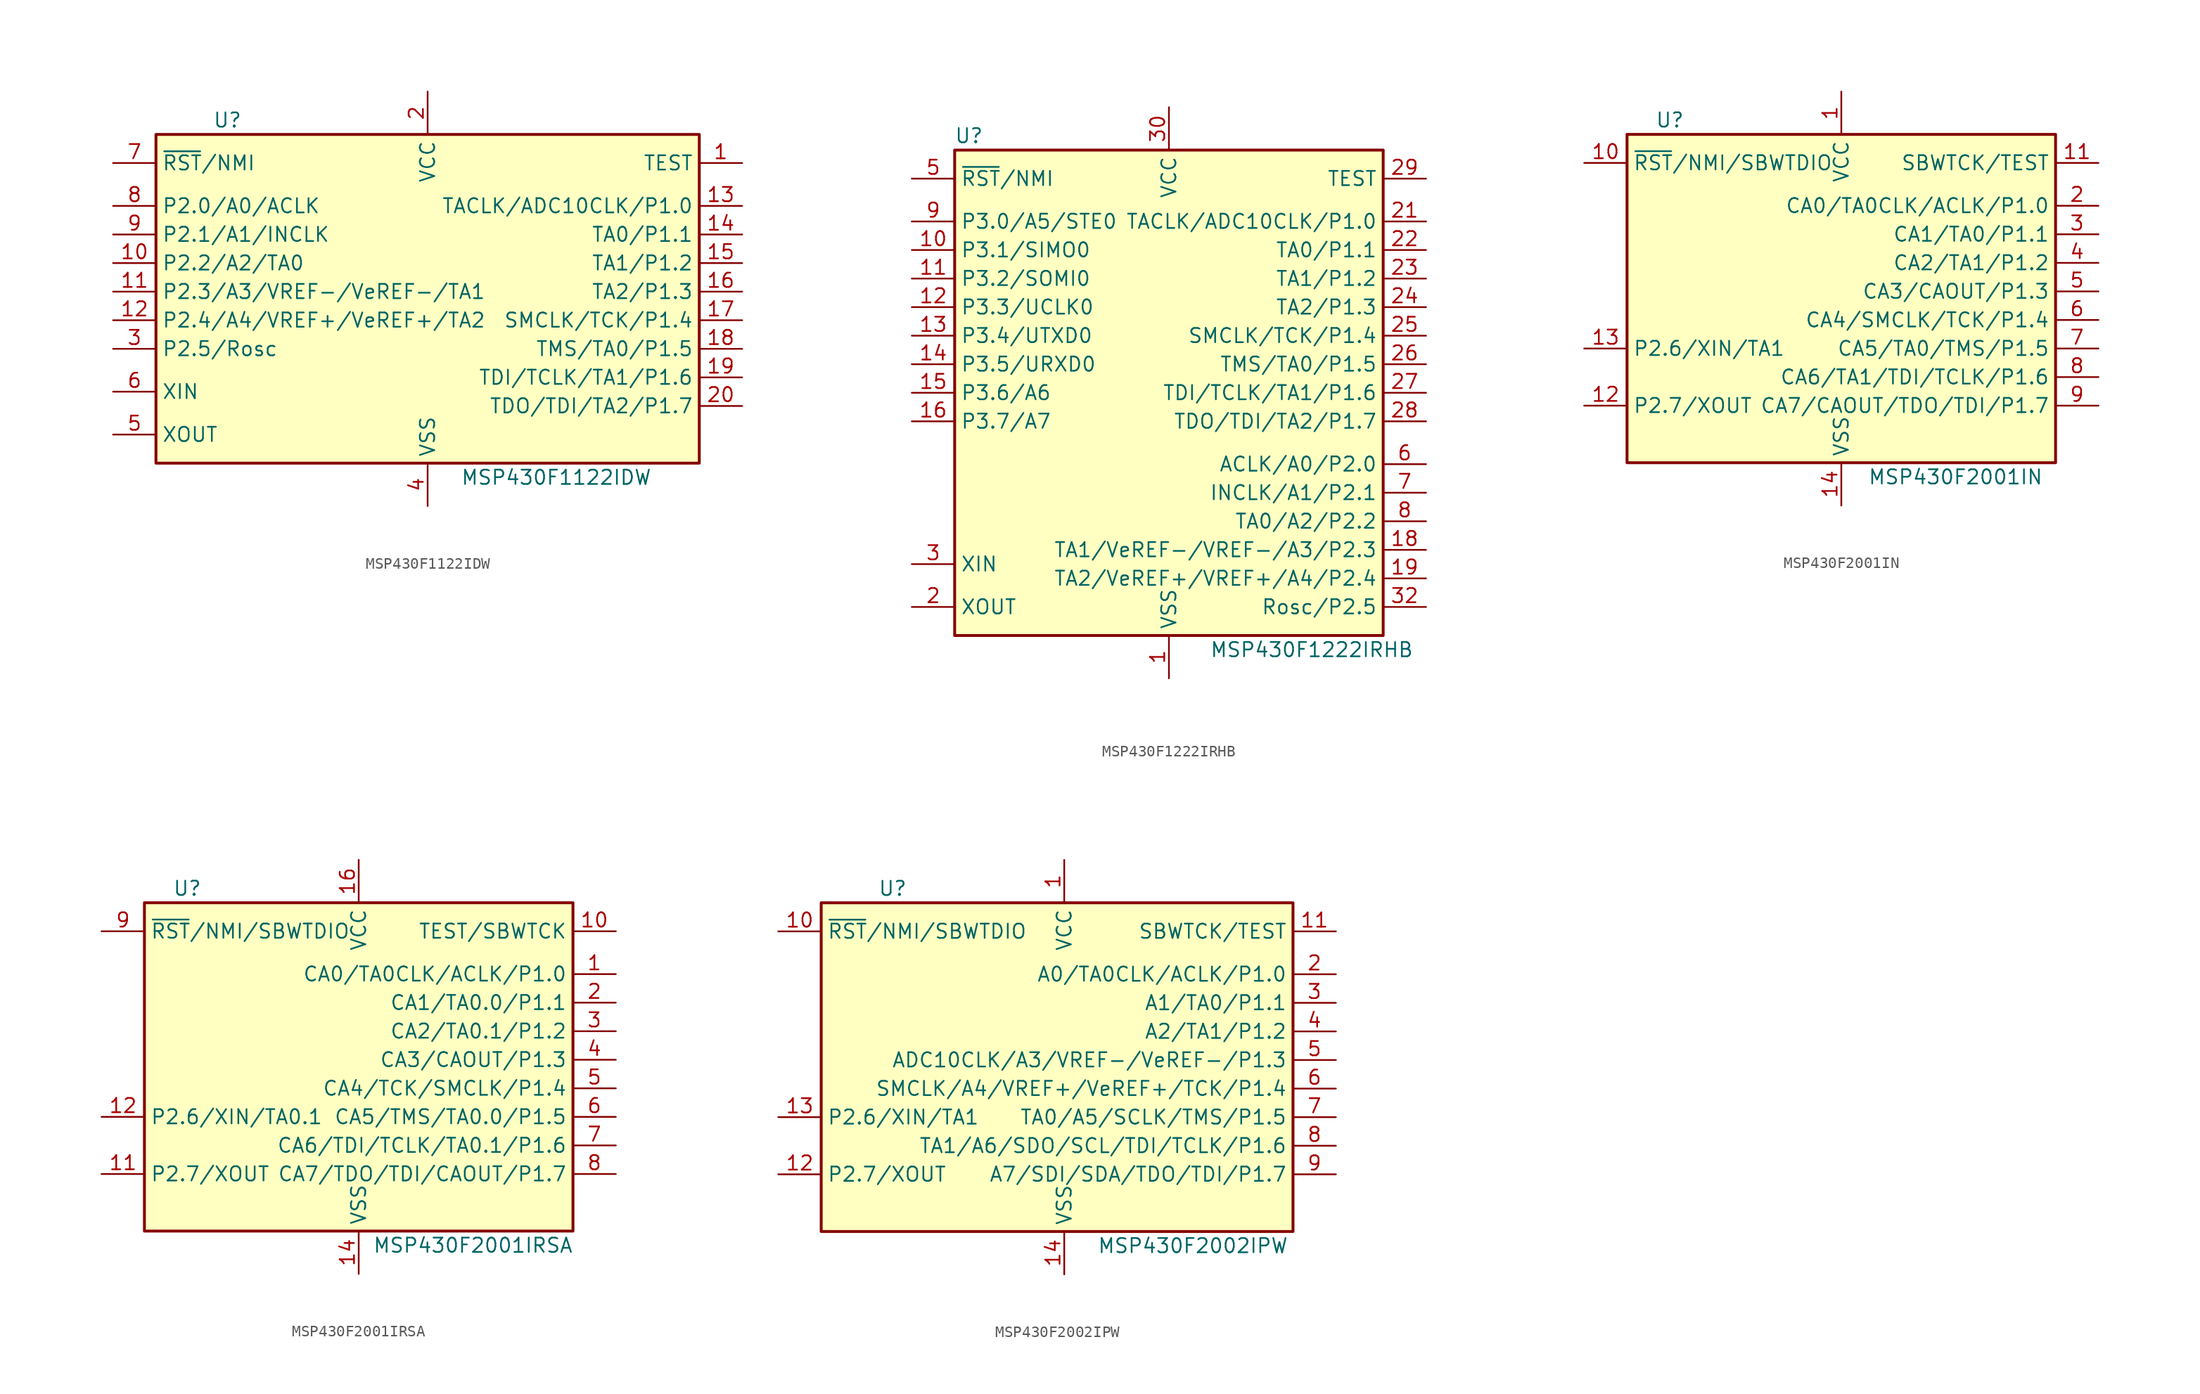
<source format=kicad_sym>
(kicad_symbol_lib
  (version 20201005)
  (generator kicad_symbol_editor)
  (symbol "MSP430F1122IDW"
    (property "Reference" "U"
      (at -17.78 15.24 0)
      (effects (font (size 1.27 1.27))))
    (property "Value" "MSP430F1122IDW"
      (at 11.43 -16.51 0)
      (effects (font (size 1.27 1.27))))
    (symbol "MSP430F1122IDW_0_1"
      (rectangle (start -24.13 13.97) (end 24.13 -15.24) (stroke (width 0.254)) (fill (type background))))
    (symbol "MSP430F1122IDW_1_1"
      (pin input line (at 27.94 11.43 180) (length 3.81) (name "TEST" (effects (font (size 1.27 1.27)))) (number "1" (effects (font (size 1.27 1.27)))))
      (pin bidirectional line (at -27.94 2.54 0) (length 3.81) (name "P2.2/A2/TA0" (effects (font (size 1.27 1.27)))) (number "10" (effects (font (size 1.27 1.27)))))
      (pin bidirectional line (at -27.94 0 0) (length 3.81) (name "P2.3/A3/VREF-/VeREF-/TA1" (effects (font (size 1.27 1.27)))) (number "11" (effects (font (size 1.27 1.27)))))
      (pin bidirectional line (at -27.94 -2.54 0) (length 3.81) (name "P2.4/A4/VREF+/VeREF+/TA2" (effects (font (size 1.27 1.27)))) (number "12" (effects (font (size 1.27 1.27)))))
      (pin bidirectional line (at 27.94 7.62 180) (length 3.81) (name "TACLK/ADC10CLK/P1.0" (effects (font (size 1.27 1.27)))) (number "13" (effects (font (size 1.27 1.27)))))
      (pin bidirectional line (at 27.94 5.08 180) (length 3.81) (name "TA0/P1.1" (effects (font (size 1.27 1.27)))) (number "14" (effects (font (size 1.27 1.27)))))
      (pin bidirectional line (at 27.94 2.54 180) (length 3.81) (name "TA1/P1.2" (effects (font (size 1.27 1.27)))) (number "15" (effects (font (size 1.27 1.27)))))
      (pin bidirectional line (at 27.94 0 180) (length 3.81) (name "TA2/P1.3" (effects (font (size 1.27 1.27)))) (number "16" (effects (font (size 1.27 1.27)))))
      (pin bidirectional line (at 27.94 -2.54 180) (length 3.81) (name "SMCLK/TCK/P1.4" (effects (font (size 1.27 1.27)))) (number "17" (effects (font (size 1.27 1.27)))))
      (pin bidirectional line (at 27.94 -5.08 180) (length 3.81) (name "TMS/TA0/P1.5" (effects (font (size 1.27 1.27)))) (number "18" (effects (font (size 1.27 1.27)))))
      (pin bidirectional line (at 27.94 -7.62 180) (length 3.81) (name "TDI/TCLK/TA1/P1.6" (effects (font (size 1.27 1.27)))) (number "19" (effects (font (size 1.27 1.27)))))
      (pin power_in line (at 0 17.78 270) (length 3.81) (name "VCC" (effects (font (size 1.27 1.27)))) (number "2" (effects (font (size 1.27 1.27)))))
      (pin bidirectional line (at 27.94 -10.16 180) (length 3.81) (name "TDO/TDI/TA2/P1.7" (effects (font (size 1.27 1.27)))) (number "20" (effects (font (size 1.27 1.27)))))
      (pin bidirectional line (at -27.94 -5.08 0) (length 3.81) (name "P2.5/Rosc" (effects (font (size 1.27 1.27)))) (number "3" (effects (font (size 1.27 1.27)))))
      (pin power_in line (at 0 -19.05 90) (length 3.81) (name "VSS" (effects (font (size 1.27 1.27)))) (number "4" (effects (font (size 1.27 1.27)))))
      (pin output line (at -27.94 -12.7 0) (length 3.81) (name "XOUT" (effects (font (size 1.27 1.27)))) (number "5" (effects (font (size 1.27 1.27)))))
      (pin input line (at -27.94 -8.89 0) (length 3.81) (name "XIN" (effects (font (size 1.27 1.27)))) (number "6" (effects (font (size 1.27 1.27)))))
      (pin input line (at -27.94 11.43 0) (length 3.81) (name "~RST~/NMI" (effects (font (size 1.27 1.27)))) (number "7" (effects (font (size 1.27 1.27)))))
      (pin bidirectional line (at -27.94 7.62 0) (length 3.81) (name "P2.0/A0/ACLK" (effects (font (size 1.27 1.27)))) (number "8" (effects (font (size 1.27 1.27)))))
      (pin bidirectional line (at -27.94 5.08 0) (length 3.81) (name "P2.1/A1/INCLK" (effects (font (size 1.27 1.27)))) (number "9" (effects (font (size 1.27 1.27)))))))
  (symbol "MSP430F1222IRHB"
    (property "Reference" "U"
      (at -17.78 22.86 0)
      (effects (font (size 1.27 1.27))))
    (property "Value" "MSP430F1222IRHB"
      (at 12.7 -22.86 0)
      (effects (font (size 1.27 1.27))))
    (symbol "MSP430F1222IRHB_0_1"
      (rectangle (start -19.05 21.59) (end 19.05 -21.59) (stroke (width 0.254)) (fill (type background))))
    (symbol "MSP430F1222IRHB_1_1"
      (pin power_in line (at 0 -25.4 90) (length 3.81) (name "VSS" (effects (font (size 1.27 1.27)))) (number "1" (effects (font (size 1.27 1.27)))))
      (pin bidirectional line (at -22.86 12.7 0) (length 3.81) (name "P3.1/SIMO0" (effects (font (size 1.27 1.27)))) (number "10" (effects (font (size 1.27 1.27)))))
      (pin bidirectional line (at -22.86 10.16 0) (length 3.81) (name "P3.2/SOMI0" (effects (font (size 1.27 1.27)))) (number "11" (effects (font (size 1.27 1.27)))))
      (pin bidirectional line (at -22.86 7.62 0) (length 3.81) (name "P3.3/UCLK0" (effects (font (size 1.27 1.27)))) (number "12" (effects (font (size 1.27 1.27)))))
      (pin bidirectional line (at -22.86 5.08 0) (length 3.81) (name "P3.4/UTXD0" (effects (font (size 1.27 1.27)))) (number "13" (effects (font (size 1.27 1.27)))))
      (pin bidirectional line (at -22.86 2.54 0) (length 3.81) (name "P3.5/URXD0" (effects (font (size 1.27 1.27)))) (number "14" (effects (font (size 1.27 1.27)))))
      (pin bidirectional line (at -22.86 0 0) (length 3.81) (name "P3.6/A6" (effects (font (size 1.27 1.27)))) (number "15" (effects (font (size 1.27 1.27)))))
      (pin bidirectional line (at -22.86 -2.54 0) (length 3.81) (name "P3.7/A7" (effects (font (size 1.27 1.27)))) (number "16" (effects (font (size 1.27 1.27)))))
      (pin bidirectional line (at 22.86 -13.97 180) (length 3.81) (name "TA1/VeREF-/VREF-/A3/P2.3" (effects (font (size 1.27 1.27)))) (number "18" (effects (font (size 1.27 1.27)))))
      (pin bidirectional line (at 22.86 -16.51 180) (length 3.81) (name "TA2/VeREF+/VREF+/A4/P2.4" (effects (font (size 1.27 1.27)))) (number "19" (effects (font (size 1.27 1.27)))))
      (pin output line (at -22.86 -19.05 0) (length 3.81) (name "XOUT" (effects (font (size 1.27 1.27)))) (number "2" (effects (font (size 1.27 1.27)))))
      (pin bidirectional line (at 22.86 15.24 180) (length 3.81) (name "TACLK/ADC10CLK/P1.0" (effects (font (size 1.27 1.27)))) (number "21" (effects (font (size 1.27 1.27)))))
      (pin bidirectional line (at 22.86 12.7 180) (length 3.81) (name "TA0/P1.1" (effects (font (size 1.27 1.27)))) (number "22" (effects (font (size 1.27 1.27)))))
      (pin bidirectional line (at 22.86 10.16 180) (length 3.81) (name "TA1/P1.2" (effects (font (size 1.27 1.27)))) (number "23" (effects (font (size 1.27 1.27)))))
      (pin bidirectional line (at 22.86 7.62 180) (length 3.81) (name "TA2/P1.3" (effects (font (size 1.27 1.27)))) (number "24" (effects (font (size 1.27 1.27)))))
      (pin bidirectional line (at 22.86 5.08 180) (length 3.81) (name "SMCLK/TCK/P1.4" (effects (font (size 1.27 1.27)))) (number "25" (effects (font (size 1.27 1.27)))))
      (pin bidirectional line (at 22.86 2.54 180) (length 3.81) (name "TMS/TA0/P1.5" (effects (font (size 1.27 1.27)))) (number "26" (effects (font (size 1.27 1.27)))))
      (pin bidirectional line (at 22.86 0 180) (length 3.81) (name "TDI/TCLK/TA1/P1.6" (effects (font (size 1.27 1.27)))) (number "27" (effects (font (size 1.27 1.27)))))
      (pin bidirectional line (at 22.86 -2.54 180) (length 3.81) (name "TDO/TDI/TA2/P1.7" (effects (font (size 1.27 1.27)))) (number "28" (effects (font (size 1.27 1.27)))))
      (pin input line (at 22.86 19.05 180) (length 3.81) (name "TEST" (effects (font (size 1.27 1.27)))) (number "29" (effects (font (size 1.27 1.27)))))
      (pin input line (at -22.86 -15.24 0) (length 3.81) (name "XIN" (effects (font (size 1.27 1.27)))) (number "3" (effects (font (size 1.27 1.27)))))
      (pin power_in line (at 0 25.4 270) (length 3.81) (name "VCC" (effects (font (size 1.27 1.27)))) (number "30" (effects (font (size 1.27 1.27)))))
      (pin bidirectional line (at 22.86 -19.05 180) (length 3.81) (name "Rosc/P2.5" (effects (font (size 1.27 1.27)))) (number "32" (effects (font (size 1.27 1.27)))))
      (pin input line (at -22.86 19.05 0) (length 3.81) (name "~RST~/NMI" (effects (font (size 1.27 1.27)))) (number "5" (effects (font (size 1.27 1.27)))))
      (pin bidirectional line (at 22.86 -6.35 180) (length 3.81) (name "ACLK/A0/P2.0" (effects (font (size 1.27 1.27)))) (number "6" (effects (font (size 1.27 1.27)))))
      (pin bidirectional line (at 22.86 -8.89 180) (length 3.81) (name "INCLK/A1/P2.1" (effects (font (size 1.27 1.27)))) (number "7" (effects (font (size 1.27 1.27)))))
      (pin bidirectional line (at 22.86 -11.43 180) (length 3.81) (name "TA0/A2/P2.2" (effects (font (size 1.27 1.27)))) (number "8" (effects (font (size 1.27 1.27)))))
      (pin bidirectional line (at -22.86 15.24 0) (length 3.81) (name "P3.0/A5/STE0" (effects (font (size 1.27 1.27)))) (number "9" (effects (font (size 1.27 1.27)))))))
  (symbol "MSP430F2001IN"
    (property "Reference" "U"
      (at -15.24 15.24 0)
      (effects (font (size 1.27 1.27))))
    (property "Value" "MSP430F2001IN"
      (at 10.16 -16.51 0)
      (effects (font (size 1.27 1.27))))
    (symbol "MSP430F2001IN_0_1"
      (rectangle (start -19.05 13.97) (end 19.05 -15.24) (stroke (width 0.254)) (fill (type background))))
    (symbol "MSP430F2001IN_1_1"
      (pin power_in line (at 0 17.78 270) (length 3.81) (name "VCC" (effects (font (size 1.27 1.27)))) (number "1" (effects (font (size 1.27 1.27)))))
      (pin input line (at -22.86 11.43 0) (length 3.81) (name "~RST~/NMI/SBWTDIO" (effects (font (size 1.27 1.27)))) (number "10" (effects (font (size 1.27 1.27)))))
      (pin input line (at 22.86 11.43 180) (length 3.81) (name "SBWTCK/TEST" (effects (font (size 1.27 1.27)))) (number "11" (effects (font (size 1.27 1.27)))))
      (pin bidirectional line (at -22.86 -10.16 0) (length 3.81) (name "P2.7/XOUT" (effects (font (size 1.27 1.27)))) (number "12" (effects (font (size 1.27 1.27)))))
      (pin bidirectional line (at -22.86 -5.08 0) (length 3.81) (name "P2.6/XIN/TA1" (effects (font (size 1.27 1.27)))) (number "13" (effects (font (size 1.27 1.27)))))
      (pin power_in line (at 0 -19.05 90) (length 3.81) (name "VSS" (effects (font (size 1.27 1.27)))) (number "14" (effects (font (size 1.27 1.27)))))
      (pin bidirectional line (at 22.86 7.62 180) (length 3.81) (name "CA0/TA0CLK/ACLK/P1.0" (effects (font (size 1.27 1.27)))) (number "2" (effects (font (size 1.27 1.27)))))
      (pin bidirectional line (at 22.86 5.08 180) (length 3.81) (name "CA1/TA0/P1.1" (effects (font (size 1.27 1.27)))) (number "3" (effects (font (size 1.27 1.27)))))
      (pin bidirectional line (at 22.86 2.54 180) (length 3.81) (name "CA2/TA1/P1.2" (effects (font (size 1.27 1.27)))) (number "4" (effects (font (size 1.27 1.27)))))
      (pin bidirectional line (at 22.86 0 180) (length 3.81) (name "CA3/CAOUT/P1.3" (effects (font (size 1.27 1.27)))) (number "5" (effects (font (size 1.27 1.27)))))
      (pin bidirectional line (at 22.86 -2.54 180) (length 3.81) (name "CA4/SMCLK/TCK/P1.4" (effects (font (size 1.27 1.27)))) (number "6" (effects (font (size 1.27 1.27)))))
      (pin bidirectional line (at 22.86 -5.08 180) (length 3.81) (name "CA5/TA0/TMS/P1.5" (effects (font (size 1.27 1.27)))) (number "7" (effects (font (size 1.27 1.27)))))
      (pin bidirectional line (at 22.86 -7.62 180) (length 3.81) (name "CA6/TA1/TDI/TCLK/P1.6" (effects (font (size 1.27 1.27)))) (number "8" (effects (font (size 1.27 1.27)))))
      (pin bidirectional line (at 22.86 -10.16 180) (length 3.81) (name "CA7/CAOUT/TDO/TDI/P1.7" (effects (font (size 1.27 1.27)))) (number "9" (effects (font (size 1.27 1.27)))))))
  (symbol "MSP430F2001IRSA"
    (property "Reference" "U"
      (at -15.24 15.24 0)
      (effects (font (size 1.27 1.27))))
    (property "Value" "MSP430F2001IRSA"
      (at 10.16 -16.51 0)
      (effects (font (size 1.27 1.27))))
    (symbol "MSP430F2001IRSA_0_1"
      (rectangle (start -19.05 13.97) (end 19.05 -15.24) (stroke (width 0.254)) (fill (type background))))
    (symbol "MSP430F2001IRSA_1_1"
      (pin bidirectional line (at 22.86 7.62 180) (length 3.81) (name "CA0/TA0CLK/ACLK/P1.0" (effects (font (size 1.27 1.27)))) (number "1" (effects (font (size 1.27 1.27)))))
      (pin input line (at 22.86 11.43 180) (length 3.81) (name "TEST/SBWTCK" (effects (font (size 1.27 1.27)))) (number "10" (effects (font (size 1.27 1.27)))))
      (pin bidirectional line (at -22.86 -10.16 0) (length 3.81) (name "P2.7/XOUT" (effects (font (size 1.27 1.27)))) (number "11" (effects (font (size 1.27 1.27)))))
      (pin bidirectional line (at -22.86 -5.08 0) (length 3.81) (name "P2.6/XIN/TA0.1" (effects (font (size 1.27 1.27)))) (number "12" (effects (font (size 1.27 1.27)))))
      (pin power_in line (at 0 -19.05 90) (length 3.81) (name "VSS" (effects (font (size 1.27 1.27)))) (number "14" (effects (font (size 1.27 1.27)))))
      (pin power_in line (at 0 17.78 270) (length 3.81) (name "VCC" (effects (font (size 1.27 1.27)))) (number "16" (effects (font (size 1.27 1.27)))))
      (pin bidirectional line (at 22.86 5.08 180) (length 3.81) (name "CA1/TA0.0/P1.1" (effects (font (size 1.27 1.27)))) (number "2" (effects (font (size 1.27 1.27)))))
      (pin bidirectional line (at 22.86 2.54 180) (length 3.81) (name "CA2/TA0.1/P1.2" (effects (font (size 1.27 1.27)))) (number "3" (effects (font (size 1.27 1.27)))))
      (pin bidirectional line (at 22.86 0 180) (length 3.81) (name "CA3/CAOUT/P1.3" (effects (font (size 1.27 1.27)))) (number "4" (effects (font (size 1.27 1.27)))))
      (pin bidirectional line (at 22.86 -2.54 180) (length 3.81) (name "CA4/TCK/SMCLK/P1.4" (effects (font (size 1.27 1.27)))) (number "5" (effects (font (size 1.27 1.27)))))
      (pin bidirectional line (at 22.86 -5.08 180) (length 3.81) (name "CA5/TMS/TA0.0/P1.5" (effects (font (size 1.27 1.27)))) (number "6" (effects (font (size 1.27 1.27)))))
      (pin bidirectional line (at 22.86 -7.62 180) (length 3.81) (name "CA6/TDI/TCLK/TA0.1/P1.6" (effects (font (size 1.27 1.27)))) (number "7" (effects (font (size 1.27 1.27)))))
      (pin bidirectional line (at 22.86 -10.16 180) (length 3.81) (name "CA7/TDO/TDI/CAOUT/P1.7" (effects (font (size 1.27 1.27)))) (number "8" (effects (font (size 1.27 1.27)))))
      (pin input line (at -22.86 11.43 0) (length 3.81) (name "~RST~/NMI/SBWTDIO" (effects (font (size 1.27 1.27)))) (number "9" (effects (font (size 1.27 1.27)))))))
  (symbol "MSP430F2002IPW"
    (property "Reference" "U"
      (at -15.24 15.24 0)
      (effects (font (size 1.27 1.27))))
    (property "Value" "MSP430F2002IPW"
      (at 11.43 -16.51 0)
      (effects (font (size 1.27 1.27))))
    (symbol "MSP430F2002IPW_0_1"
      (rectangle (start -21.59 13.97) (end 20.32 -15.24) (stroke (width 0.254)) (fill (type background))))
    (symbol "MSP430F2002IPW_1_1"
      (pin power_in line (at 0 17.78 270) (length 3.81) (name "VCC" (effects (font (size 1.27 1.27)))) (number "1" (effects (font (size 1.27 1.27)))))
      (pin input line (at -25.4 11.43 0) (length 3.81) (name "~RST~/NMI/SBWTDIO" (effects (font (size 1.27 1.27)))) (number "10" (effects (font (size 1.27 1.27)))))
      (pin input line (at 24.13 11.43 180) (length 3.81) (name "SBWTCK/TEST" (effects (font (size 1.27 1.27)))) (number "11" (effects (font (size 1.27 1.27)))))
      (pin bidirectional line (at -25.4 -10.16 0) (length 3.81) (name "P2.7/XOUT" (effects (font (size 1.27 1.27)))) (number "12" (effects (font (size 1.27 1.27)))))
      (pin bidirectional line (at -25.4 -5.08 0) (length 3.81) (name "P2.6/XIN/TA1" (effects (font (size 1.27 1.27)))) (number "13" (effects (font (size 1.27 1.27)))))
      (pin power_in line (at 0 -19.05 90) (length 3.81) (name "VSS" (effects (font (size 1.27 1.27)))) (number "14" (effects (font (size 1.27 1.27)))))
      (pin bidirectional line (at 24.13 7.62 180) (length 3.81) (name "A0/TA0CLK/ACLK/P1.0" (effects (font (size 1.27 1.27)))) (number "2" (effects (font (size 1.27 1.27)))))
      (pin bidirectional line (at 24.13 5.08 180) (length 3.81) (name "A1/TA0/P1.1" (effects (font (size 1.27 1.27)))) (number "3" (effects (font (size 1.27 1.27)))))
      (pin bidirectional line (at 24.13 2.54 180) (length 3.81) (name "A2/TA1/P1.2" (effects (font (size 1.27 1.27)))) (number "4" (effects (font (size 1.27 1.27)))))
      (pin bidirectional line (at 24.13 0 180) (length 3.81) (name "ADC10CLK/A3/VREF-/VeREF-/P1.3" (effects (font (size 1.27 1.27)))) (number "5" (effects (font (size 1.27 1.27)))))
      (pin bidirectional line (at 24.13 -2.54 180) (length 3.81) (name "SMCLK/A4/VREF+/VeREF+/TCK/P1.4" (effects (font (size 1.27 1.27)))) (number "6" (effects (font (size 1.27 1.27)))))
      (pin bidirectional line (at 24.13 -5.08 180) (length 3.81) (name "TA0/A5/SCLK/TMS/P1.5" (effects (font (size 1.27 1.27)))) (number "7" (effects (font (size 1.27 1.27)))))
      (pin bidirectional line (at 24.13 -7.62 180) (length 3.81) (name "TA1/A6/SDO/SCL/TDI/TCLK/P1.6" (effects (font (size 1.27 1.27)))) (number "8" (effects (font (size 1.27 1.27)))))
      (pin bidirectional line (at 24.13 -10.16 180) (length 3.81) (name "A7/SDI/SDA/TDO/TDI/P1.7" (effects (font (size 1.27 1.27)))) (number "9" (effects (font (size 1.27 1.27))))))))
</source>
